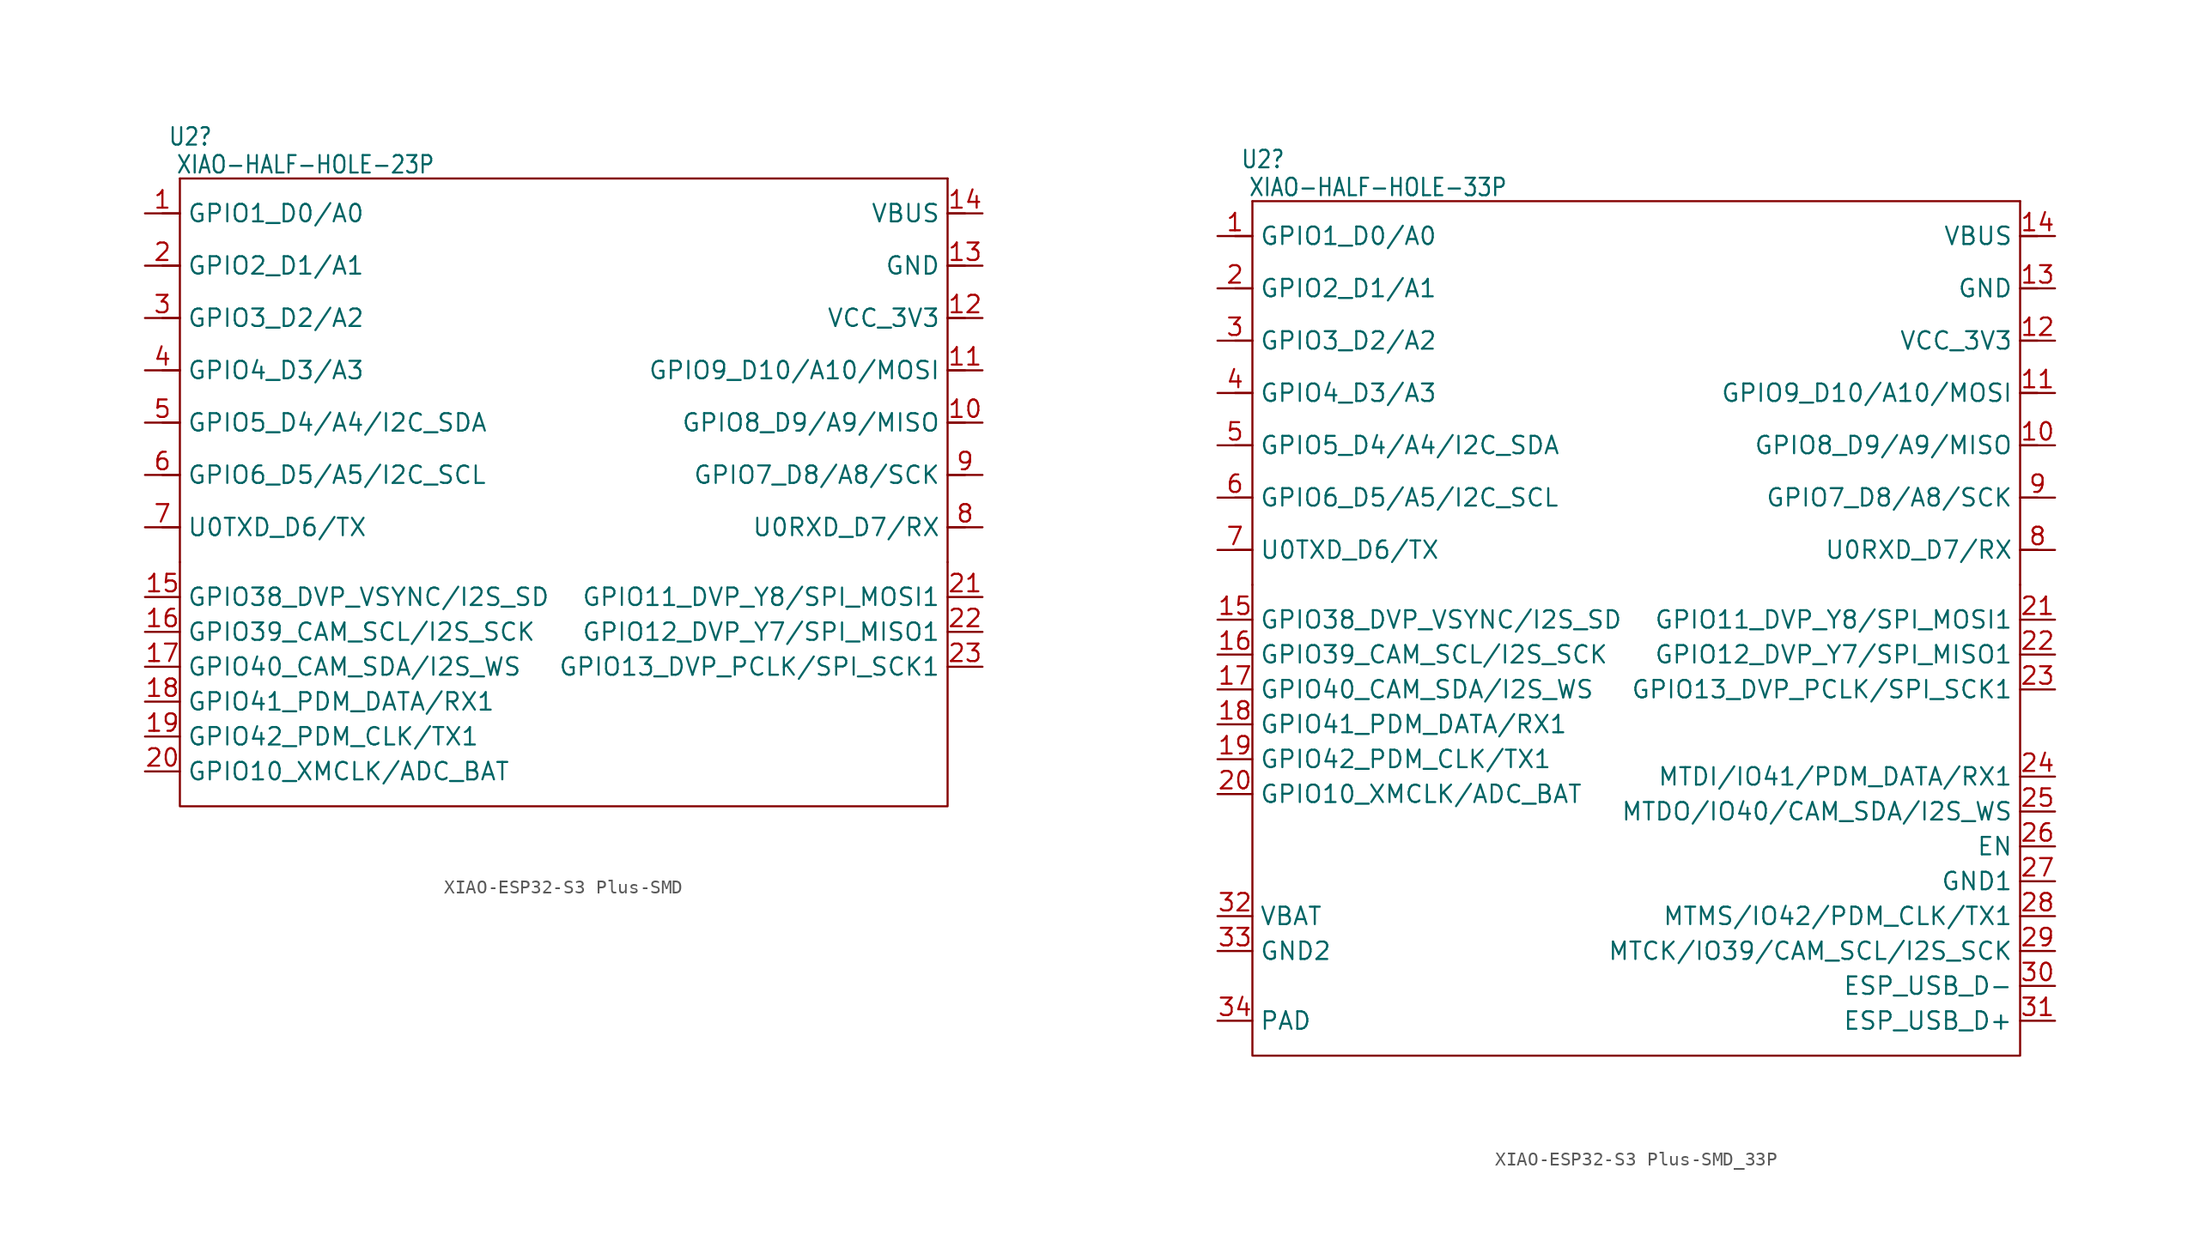
<source format=kicad_sym>
(kicad_symbol_lib
  (version 20241209)
  (generator "kicad_symbol_editor")
  (generator_version "9.0")
  (symbol "XIAO-ESP32-S3 Plus-SMD"
    (property "Reference" "U2"
      (at -20.828 17.018 0)
      (effects (font (size 1.27 1.079))))
    (property "Value" "XIAO-HALF-HOLE-23P"
      (at -12.446 14.986 0)
      (effects (font (size 1.27 1.079))))
    (property "Rating" ""
      (at 0 0 0)
      (effects (font (size 1 1))))
    (symbol "XIAO-ESP32-S3 Plus-SMD_0_1"
      (polyline (pts (xy -21.59 -13.97) (xy -21.59 -31.75) (xy 34.29 -31.75) (xy 34.29 -13.97)) (stroke (width 0) (type default)) (fill (type none))))
    (symbol "XIAO-ESP32-S3 Plus-SMD_1_0"
      (polyline (pts (xy -21.59 13.97) (xy 34.29 13.97)) (stroke (width 0.152) (type solid)) (fill (type none)))
      (polyline (pts (xy -21.59 11.43) (xy -22.86 11.43)) (stroke (width 0.152) (type solid)) (fill (type none)))
      (polyline (pts (xy -21.59 11.43) (xy -21.59 13.97)) (stroke (width 0.152) (type solid)) (fill (type none)))
      (polyline (pts (xy -21.59 7.62) (xy -22.86 7.62)) (stroke (width 0.152) (type solid)) (fill (type none)))
      (polyline (pts (xy -21.59 7.62) (xy -21.59 11.43)) (stroke (width 0.152) (type solid)) (fill (type none)))
      (polyline (pts (xy -21.59 3.81) (xy -22.86 3.81)) (stroke (width 0.152) (type solid)) (fill (type none)))
      (polyline (pts (xy -21.59 3.81) (xy -21.59 7.62)) (stroke (width 0.152) (type solid)) (fill (type none)))
      (polyline (pts (xy -21.59 0) (xy -22.86 0)) (stroke (width 0.152) (type solid)) (fill (type none)))
      (polyline (pts (xy -21.59 0) (xy -21.59 3.81)) (stroke (width 0.152) (type solid)) (fill (type none)))
      (polyline (pts (xy -21.59 -3.81) (xy -22.86 -3.81)) (stroke (width 0.152) (type solid)) (fill (type none)))
      (polyline (pts (xy -21.59 -7.62) (xy -22.86 -7.62)) (stroke (width 0.152) (type solid)) (fill (type none)))
      (polyline (pts (xy -21.59 -11.43) (xy -22.86 -11.43)) (stroke (width 0.152) (type solid)) (fill (type none)))
      (polyline (pts (xy -21.59 -13.97) (xy -21.59 0)) (stroke (width 0.152) (type solid)) (fill (type none)))
      (polyline (pts (xy 34.29 13.97) (xy 34.29 11.43)) (stroke (width 0.152) (type solid)) (fill (type none)))
      (polyline (pts (xy 34.29 11.43) (xy 34.29 7.62)) (stroke (width 0.152) (type solid)) (fill (type none)))
      (polyline (pts (xy 34.29 7.62) (xy 34.29 3.81)) (stroke (width 0.152) (type solid)) (fill (type none)))
      (polyline (pts (xy 34.29 3.81) (xy 34.29 -13.97)) (stroke (width 0.152) (type solid)) (fill (type none)))
      (polyline (pts (xy 35.56 11.43) (xy 34.29 11.43)) (stroke (width 0.152) (type solid)) (fill (type none)))
      (polyline (pts (xy 35.56 7.62) (xy 34.29 7.62)) (stroke (width 0.152) (type solid)) (fill (type none)))
      (polyline (pts (xy 35.56 3.81) (xy 34.29 3.81)) (stroke (width 0.152) (type solid)) (fill (type none)))
      (polyline (pts (xy 35.56 0) (xy 34.29 0)) (stroke (width 0.152) (type solid)) (fill (type none)))
      (polyline (pts (xy 35.56 -3.81) (xy 34.29 -3.81)) (stroke (width 0.152) (type solid)) (fill (type none)))
      (polyline (pts (xy 35.56 -7.62) (xy 34.29 -7.62)) (stroke (width 0.152) (type solid)) (fill (type none)))
      (polyline (pts (xy 35.56 -11.43) (xy 34.29 -11.43)) (stroke (width 0.152) (type solid)) (fill (type none)))
      (pin passive line (at -24.13 11.43 0) (length 2.54) (name "GPIO1_D0/A0" (effects (font (size 1.27 1.27)))) (number "1" (effects (font (size 1.27 1.27)))))
      (pin passive line (at -24.13 7.62 0) (length 2.54) (name "GPIO2_D1/A1" (effects (font (size 1.27 1.27)))) (number "2" (effects (font (size 1.27 1.27)))))
      (pin passive line (at -24.13 3.81 0) (length 2.54) (name "GPIO3_D2/A2" (effects (font (size 1.27 1.27)))) (number "3" (effects (font (size 1.27 1.27)))))
      (pin passive line (at -24.13 0 0) (length 2.54) (name "GPIO4_D3/A3" (effects (font (size 1.27 1.27)))) (number "4" (effects (font (size 1.27 1.27)))))
      (pin passive line (at -24.13 -3.81 0) (length 2.54) (name "GPIO5_D4/A4/I2C_SDA" (effects (font (size 1.27 1.27)))) (number "5" (effects (font (size 1.27 1.27)))))
      (pin passive line (at -24.13 -7.62 0) (length 2.54) (name "GPIO6_D5/A5/I2C_SCL" (effects (font (size 1.27 1.27)))) (number "6" (effects (font (size 1.27 1.27)))))
      (pin passive line (at -24.13 -11.43 0) (length 2.54) (name "U0TXD_D6/TX" (effects (font (size 1.27 1.27)))) (number "7" (effects (font (size 1.27 1.27)))))
      (pin passive line (at 36.83 11.43 180) (length 2.54) (name "VBUS" (effects (font (size 1.27 1.27)))) (number "14" (effects (font (size 1.27 1.27)))))
      (pin passive line (at 36.83 7.62 180) (length 2.54) (name "GND" (effects (font (size 1.27 1.27)))) (number "13" (effects (font (size 1.27 1.27)))))
      (pin passive line (at 36.83 3.81 180) (length 2.54) (name "VCC_3V3" (effects (font (size 1.27 1.27)))) (number "12" (effects (font (size 1.27 1.27)))))
      (pin passive line (at 36.83 0 180) (length 2.54) (name "GPIO9_D10/A10/MOSI" (effects (font (size 1.27 1.27)))) (number "11" (effects (font (size 1.27 1.27)))))
      (pin passive line (at 36.83 -3.81 180) (length 2.54) (name "GPIO8_D9/A9/MISO" (effects (font (size 1.27 1.27)))) (number "10" (effects (font (size 1.27 1.27)))))
      (pin passive line (at 36.83 -7.62 180) (length 2.54) (name "GPIO7_D8/A8/SCK" (effects (font (size 1.27 1.27)))) (number "9" (effects (font (size 1.27 1.27)))))
      (pin passive line (at 36.83 -11.43 180) (length 2.54) (name "U0RXD_D7/RX" (effects (font (size 1.27 1.27)))) (number "8" (effects (font (size 1.27 1.27))))))
    (symbol "XIAO-ESP32-S3 Plus-SMD_1_1"
      (pin passive line (at -24.13 -16.51 0) (length 2.54) (name "GPIO38_DVP_VSYNC/I2S_SD" (effects (font (size 1.27 1.27)))) (number "15" (effects (font (size 1.27 1.27)))))
      (pin passive line (at -24.13 -19.05 0) (length 2.54) (name "GPIO39_CAM_SCL/I2S_SCK" (effects (font (size 1.27 1.27)))) (number "16" (effects (font (size 1.27 1.27)))))
      (pin passive line (at -24.13 -21.59 0) (length 2.54) (name "GPIO40_CAM_SDA/I2S_WS" (effects (font (size 1.27 1.27)))) (number "17" (effects (font (size 1.27 1.27)))))
      (pin passive line (at -24.13 -24.13 0) (length 2.54) (name "GPIO41_PDM_DATA/RX1" (effects (font (size 1.27 1.27)))) (number "18" (effects (font (size 1.27 1.27)))))
      (pin passive line (at -24.13 -26.67 0) (length 2.54) (name "GPIO42_PDM_CLK/TX1" (effects (font (size 1.27 1.27)))) (number "19" (effects (font (size 1.27 1.27)))))
      (pin passive line (at -24.13 -29.21 0) (length 2.54) (name "GPIO10_XMCLK/ADC_BAT" (effects (font (size 1.27 1.27)))) (number "20" (effects (font (size 1.27 1.27)))))
      (pin passive line (at 36.83 -16.51 180) (length 2.54) (name "GPIO11_DVP_Y8/SPI_MOSI1" (effects (font (size 1.27 1.27)))) (number "21" (effects (font (size 1.27 1.27)))))
      (pin passive line (at 36.83 -19.05 180) (length 2.54) (name "GPIO12_DVP_Y7/SPI_MISO1" (effects (font (size 1.27 1.27)))) (number "22" (effects (font (size 1.27 1.27)))))
      (pin passive line (at 36.83 -21.59 180) (length 2.54) (name "GPIO13_DVP_PCLK/SPI_SCK1" (effects (font (size 1.27 1.27)))) (number "23" (effects (font (size 1.27 1.27)))))))
  (symbol "XIAO-ESP32-S3 Plus-SMD_33P"
    (property "Reference" "U2"
      (at -20.828 17.018 0)
      (effects (font (size 1.27 1.079))))
    (property "Value" "XIAO-HALF-HOLE-33P"
      (at -12.446 14.986 0)
      (effects (font (size 1.27 1.079))))
    (property "Rating" ""
      (at 0 0 0)
      (effects (font (size 1 1))))
    (symbol "XIAO-ESP32-S3 Plus-SMD_33P_0_1"
      (polyline (pts (xy 34.29 -13.97) (xy 34.29 -48.26) (xy -21.59 -48.26) (xy -21.59 -13.97)) (stroke (width 0) (type default)) (fill (type none))))
    (symbol "XIAO-ESP32-S3 Plus-SMD_33P_1_0"
      (polyline (pts (xy -21.59 13.97) (xy 34.29 13.97)) (stroke (width 0.152) (type solid)) (fill (type none)))
      (polyline (pts (xy -21.59 11.43) (xy -22.86 11.43)) (stroke (width 0.152) (type solid)) (fill (type none)))
      (polyline (pts (xy -21.59 11.43) (xy -21.59 13.97)) (stroke (width 0.152) (type solid)) (fill (type none)))
      (polyline (pts (xy -21.59 7.62) (xy -22.86 7.62)) (stroke (width 0.152) (type solid)) (fill (type none)))
      (polyline (pts (xy -21.59 7.62) (xy -21.59 11.43)) (stroke (width 0.152) (type solid)) (fill (type none)))
      (polyline (pts (xy -21.59 3.81) (xy -22.86 3.81)) (stroke (width 0.152) (type solid)) (fill (type none)))
      (polyline (pts (xy -21.59 3.81) (xy -21.59 7.62)) (stroke (width 0.152) (type solid)) (fill (type none)))
      (polyline (pts (xy -21.59 0) (xy -22.86 0)) (stroke (width 0.152) (type solid)) (fill (type none)))
      (polyline (pts (xy -21.59 0) (xy -21.59 3.81)) (stroke (width 0.152) (type solid)) (fill (type none)))
      (polyline (pts (xy -21.59 -3.81) (xy -22.86 -3.81)) (stroke (width 0.152) (type solid)) (fill (type none)))
      (polyline (pts (xy -21.59 -7.62) (xy -22.86 -7.62)) (stroke (width 0.152) (type solid)) (fill (type none)))
      (polyline (pts (xy -21.59 -11.43) (xy -22.86 -11.43)) (stroke (width 0.152) (type solid)) (fill (type none)))
      (polyline (pts (xy -21.59 -13.97) (xy -21.59 0)) (stroke (width 0.152) (type solid)) (fill (type none)))
      (polyline (pts (xy 34.29 13.97) (xy 34.29 11.43)) (stroke (width 0.152) (type solid)) (fill (type none)))
      (polyline (pts (xy 34.29 11.43) (xy 34.29 7.62)) (stroke (width 0.152) (type solid)) (fill (type none)))
      (polyline (pts (xy 34.29 7.62) (xy 34.29 3.81)) (stroke (width 0.152) (type solid)) (fill (type none)))
      (polyline (pts (xy 34.29 3.81) (xy 34.29 -13.97)) (stroke (width 0.152) (type solid)) (fill (type none)))
      (polyline (pts (xy 35.56 11.43) (xy 34.29 11.43)) (stroke (width 0.152) (type solid)) (fill (type none)))
      (polyline (pts (xy 35.56 7.62) (xy 34.29 7.62)) (stroke (width 0.152) (type solid)) (fill (type none)))
      (polyline (pts (xy 35.56 3.81) (xy 34.29 3.81)) (stroke (width 0.152) (type solid)) (fill (type none)))
      (polyline (pts (xy 35.56 0) (xy 34.29 0)) (stroke (width 0.152) (type solid)) (fill (type none)))
      (polyline (pts (xy 35.56 -3.81) (xy 34.29 -3.81)) (stroke (width 0.152) (type solid)) (fill (type none)))
      (polyline (pts (xy 35.56 -7.62) (xy 34.29 -7.62)) (stroke (width 0.152) (type solid)) (fill (type none)))
      (polyline (pts (xy 35.56 -11.43) (xy 34.29 -11.43)) (stroke (width 0.152) (type solid)) (fill (type none)))
      (pin passive line (at -24.13 11.43 0) (length 2.54) (name "GPIO1_D0/A0" (effects (font (size 1.27 1.27)))) (number "1" (effects (font (size 1.27 1.27)))))
      (pin passive line (at -24.13 7.62 0) (length 2.54) (name "GPIO2_D1/A1" (effects (font (size 1.27 1.27)))) (number "2" (effects (font (size 1.27 1.27)))))
      (pin passive line (at -24.13 3.81 0) (length 2.54) (name "GPIO3_D2/A2" (effects (font (size 1.27 1.27)))) (number "3" (effects (font (size 1.27 1.27)))))
      (pin passive line (at -24.13 0 0) (length 2.54) (name "GPIO4_D3/A3" (effects (font (size 1.27 1.27)))) (number "4" (effects (font (size 1.27 1.27)))))
      (pin passive line (at -24.13 -3.81 0) (length 2.54) (name "GPIO5_D4/A4/I2C_SDA" (effects (font (size 1.27 1.27)))) (number "5" (effects (font (size 1.27 1.27)))))
      (pin passive line (at -24.13 -7.62 0) (length 2.54) (name "GPIO6_D5/A5/I2C_SCL" (effects (font (size 1.27 1.27)))) (number "6" (effects (font (size 1.27 1.27)))))
      (pin passive line (at -24.13 -11.43 0) (length 2.54) (name "U0TXD_D6/TX" (effects (font (size 1.27 1.27)))) (number "7" (effects (font (size 1.27 1.27)))))
      (pin passive line (at 36.83 11.43 180) (length 2.54) (name "VBUS" (effects (font (size 1.27 1.27)))) (number "14" (effects (font (size 1.27 1.27)))))
      (pin passive line (at 36.83 7.62 180) (length 2.54) (name "GND" (effects (font (size 1.27 1.27)))) (number "13" (effects (font (size 1.27 1.27)))))
      (pin passive line (at 36.83 3.81 180) (length 2.54) (name "VCC_3V3" (effects (font (size 1.27 1.27)))) (number "12" (effects (font (size 1.27 1.27)))))
      (pin passive line (at 36.83 0 180) (length 2.54) (name "GPIO9_D10/A10/MOSI" (effects (font (size 1.27 1.27)))) (number "11" (effects (font (size 1.27 1.27)))))
      (pin passive line (at 36.83 -3.81 180) (length 2.54) (name "GPIO8_D9/A9/MISO" (effects (font (size 1.27 1.27)))) (number "10" (effects (font (size 1.27 1.27)))))
      (pin passive line (at 36.83 -7.62 180) (length 2.54) (name "GPIO7_D8/A8/SCK" (effects (font (size 1.27 1.27)))) (number "9" (effects (font (size 1.27 1.27)))))
      (pin passive line (at 36.83 -11.43 180) (length 2.54) (name "U0RXD_D7/RX" (effects (font (size 1.27 1.27)))) (number "8" (effects (font (size 1.27 1.27))))))
    (symbol "XIAO-ESP32-S3 Plus-SMD_33P_1_1"
      (pin passive line (at -24.13 -16.51 0) (length 2.54) (name "GPIO38_DVP_VSYNC/I2S_SD" (effects (font (size 1.27 1.27)))) (number "15" (effects (font (size 1.27 1.27)))))
      (pin passive line (at -24.13 -19.05 0) (length 2.54) (name "GPIO39_CAM_SCL/I2S_SCK" (effects (font (size 1.27 1.27)))) (number "16" (effects (font (size 1.27 1.27)))))
      (pin passive line (at -24.13 -21.59 0) (length 2.54) (name "GPIO40_CAM_SDA/I2S_WS" (effects (font (size 1.27 1.27)))) (number "17" (effects (font (size 1.27 1.27)))))
      (pin passive line (at -24.13 -24.13 0) (length 2.54) (name "GPIO41_PDM_DATA/RX1" (effects (font (size 1.27 1.27)))) (number "18" (effects (font (size 1.27 1.27)))))
      (pin passive line (at -24.13 -26.67 0) (length 2.54) (name "GPIO42_PDM_CLK/TX1" (effects (font (size 1.27 1.27)))) (number "19" (effects (font (size 1.27 1.27)))))
      (pin passive line (at -24.13 -29.21 0) (length 2.54) (name "GPIO10_XMCLK/ADC_BAT" (effects (font (size 1.27 1.27)))) (number "20" (effects (font (size 1.27 1.27)))))
      (pin passive line (at -24.13 -38.1 0) (length 2.54) (name "VBAT" (effects (font (size 1.27 1.27)))) (number "32" (effects (font (size 1.27 1.27)))))
      (pin passive line (at -24.13 -40.64 0) (length 2.54) (name "GND2" (effects (font (size 1.27 1.27)))) (number "33" (effects (font (size 1.27 1.27)))))
      (pin passive line (at -24.13 -45.72 0) (length 2.54) (name "PAD" (effects (font (size 1.27 1.27)))) (number "34" (effects (font (size 1.27 1.27)))))
      (pin passive line (at 36.83 -16.51 180) (length 2.54) (name "GPIO11_DVP_Y8/SPI_MOSI1" (effects (font (size 1.27 1.27)))) (number "21" (effects (font (size 1.27 1.27)))))
      (pin passive line (at 36.83 -19.05 180) (length 2.54) (name "GPIO12_DVP_Y7/SPI_MISO1" (effects (font (size 1.27 1.27)))) (number "22" (effects (font (size 1.27 1.27)))))
      (pin passive line (at 36.83 -21.59 180) (length 2.54) (name "GPIO13_DVP_PCLK/SPI_SCK1" (effects (font (size 1.27 1.27)))) (number "23" (effects (font (size 1.27 1.27)))))
      (pin passive line (at 36.83 -27.94 180) (length 2.54) (name "MTDI/IO41/PDM_DATA/RX1" (effects (font (size 1.27 1.27)))) (number "24" (effects (font (size 1.27 1.27)))))
      (pin passive line (at 36.83 -30.48 180) (length 2.54) (name "MTDO/IO40/CAM_SDA/I2S_WS" (effects (font (size 1.27 1.27)))) (number "25" (effects (font (size 1.27 1.27)))))
      (pin passive line (at 36.83 -33.02 180) (length 2.54) (name "EN" (effects (font (size 1.27 1.27)))) (number "26" (effects (font (size 1.27 1.27)))))
      (pin passive line (at 36.83 -35.56 180) (length 2.54) (name "GND1" (effects (font (size 1.27 1.27)))) (number "27" (effects (font (size 1.27 1.27)))))
      (pin passive line (at 36.83 -38.1 180) (length 2.54) (name "MTMS/IO42/PDM_CLK/TX1" (effects (font (size 1.27 1.27)))) (number "28" (effects (font (size 1.27 1.27)))))
      (pin passive line (at 36.83 -40.64 180) (length 2.54) (name "MTCK/IO39/CAM_SCL/I2S_SCK" (effects (font (size 1.27 1.27)))) (number "29" (effects (font (size 1.27 1.27)))))
      (pin passive line (at 36.83 -43.18 180) (length 2.54) (name "ESP_USB_D-" (effects (font (size 1.27 1.27)))) (number "30" (effects (font (size 1.27 1.27)))))
      (pin passive line (at 36.83 -45.72 180) (length 2.54) (name "ESP_USB_D+" (effects (font (size 1.27 1.27)))) (number "31" (effects (font (size 1.27 1.27))))))))
</source>
